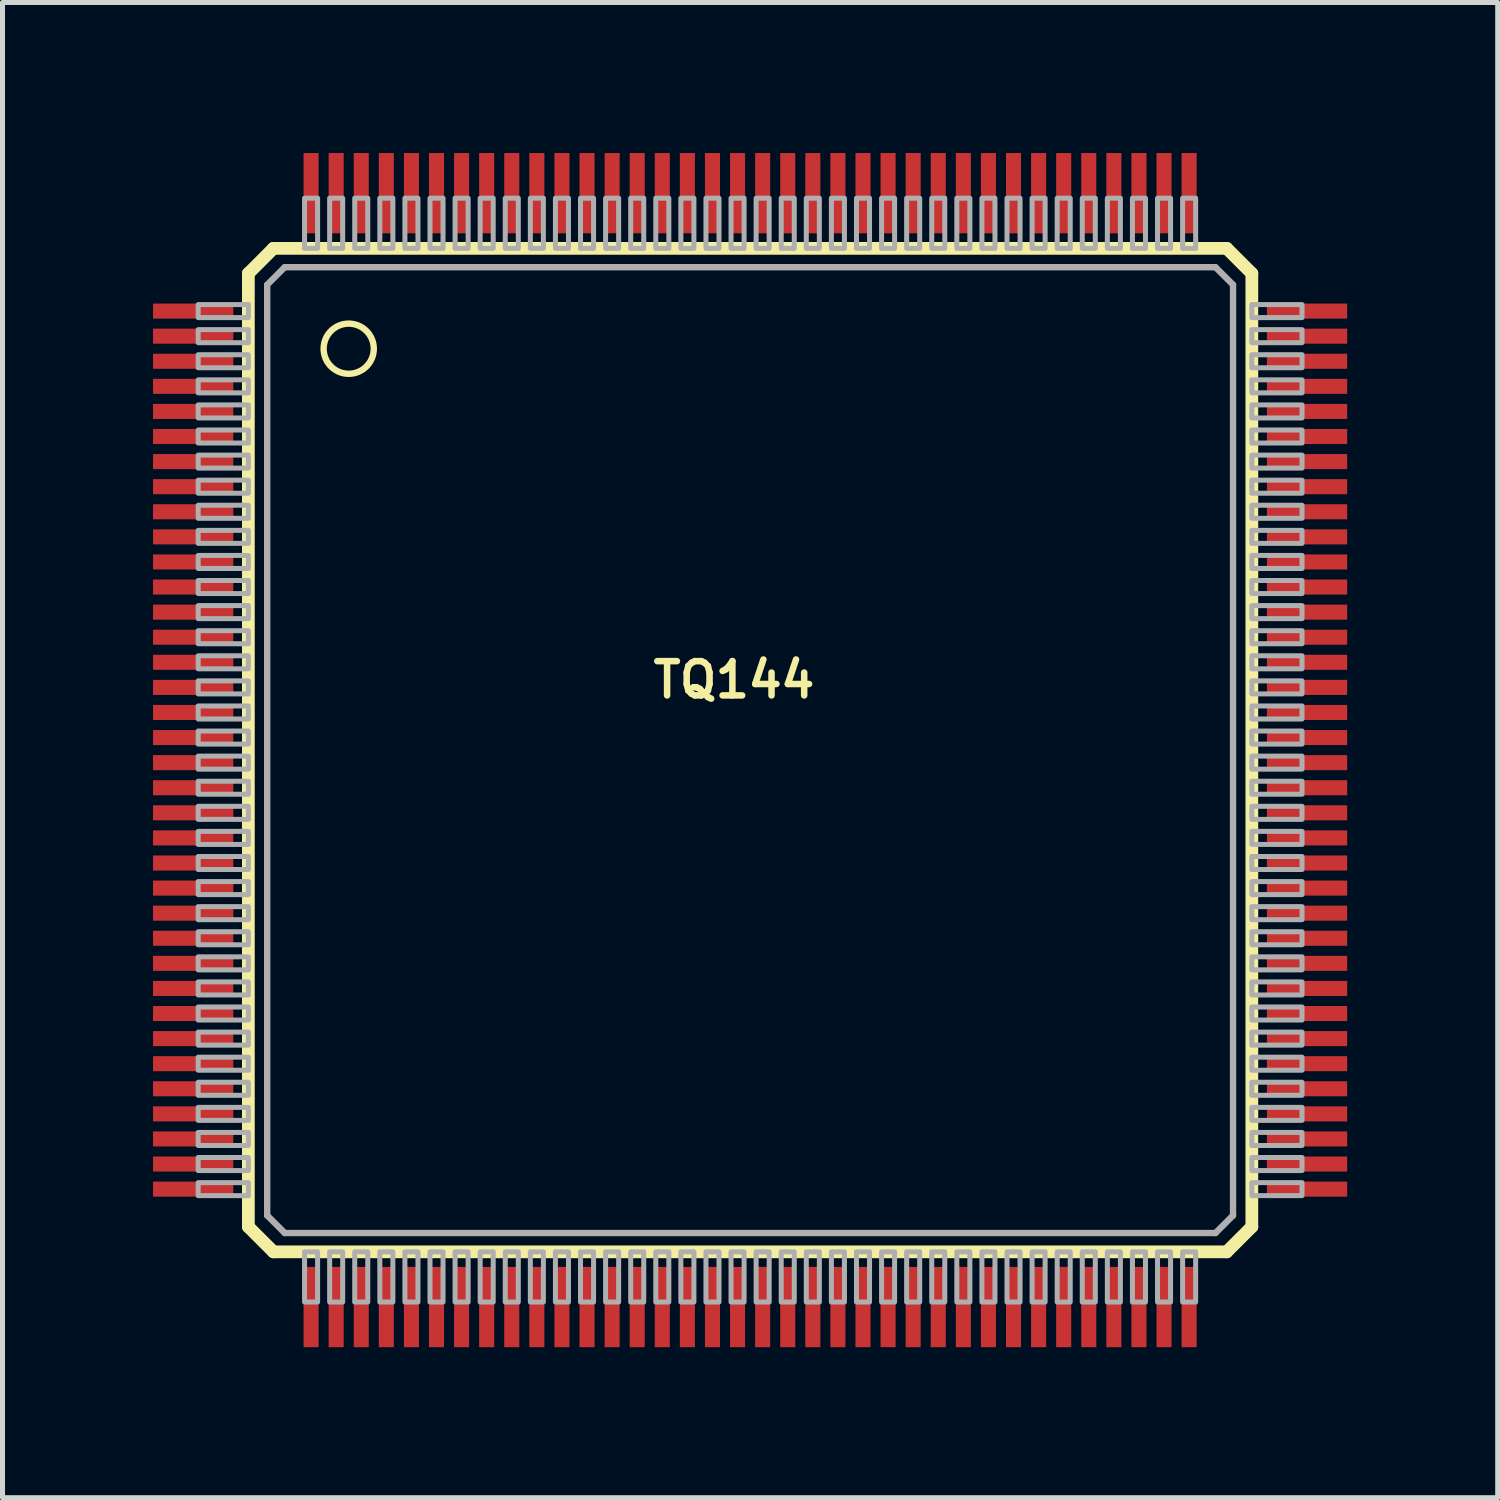
<source format=kicad_pcb>
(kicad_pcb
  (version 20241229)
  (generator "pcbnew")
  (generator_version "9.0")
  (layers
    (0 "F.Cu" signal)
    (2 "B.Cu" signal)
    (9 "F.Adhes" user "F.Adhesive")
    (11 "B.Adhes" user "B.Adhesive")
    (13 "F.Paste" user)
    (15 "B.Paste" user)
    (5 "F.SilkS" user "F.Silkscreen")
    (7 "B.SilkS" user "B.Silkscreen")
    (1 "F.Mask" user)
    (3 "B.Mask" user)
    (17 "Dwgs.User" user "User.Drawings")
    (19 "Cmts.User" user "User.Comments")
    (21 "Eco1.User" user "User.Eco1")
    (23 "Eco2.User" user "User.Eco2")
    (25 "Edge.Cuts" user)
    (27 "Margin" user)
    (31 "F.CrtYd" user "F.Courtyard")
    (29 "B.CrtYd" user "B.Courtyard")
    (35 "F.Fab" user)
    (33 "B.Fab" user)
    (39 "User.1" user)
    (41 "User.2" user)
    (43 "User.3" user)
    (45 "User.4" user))
  (footprint "TQ144"
    (layer "F.Cu")
    (at 11.9 11.9)
    (property "Reference" "TQ144" (at -2 -1 0) (layer "F.SilkS") (effects (font (size 0.683 0.683) (thickness 0.13)) (justify left bottom)))
    (fp_line (start -10 -9.5) (end -10 9.5) (stroke (width 0.254) (type solid)) (layer "F.SilkS"))
    (fp_line (start -10 9.5) (end -9.5 10) (stroke (width 0.254) (type solid)) (layer "F.SilkS"))
    (fp_line (start -9.5 -10) (end -10 -9.5) (stroke (width 0.254) (type solid)) (layer "F.SilkS"))
    (fp_line (start -9.5 10) (end 9.5 10) (stroke (width 0.254) (type solid)) (layer "F.SilkS"))
    (fp_line (start 9.5 -10) (end -9.5 -10) (stroke (width 0.254) (type solid)) (layer "F.SilkS"))
    (fp_line (start 9.5 10) (end 10 9.5) (stroke (width 0.254) (type solid)) (layer "F.SilkS"))
    (fp_line (start 10 -9.5) (end 9.5 -10) (stroke (width 0.254) (type solid)) (layer "F.SilkS"))
    (fp_line (start 10 9.5) (end 10 -9.5) (stroke (width 0.254) (type solid)) (layer "F.SilkS"))
    (fp_circle (center -8 -8) (end -7.5 -8) (stroke (width 0.127) (type solid)) (fill no) (layer "F.SilkS"))
    (fp_line (start -9.625 -9.275) (end -9.625 9.275) (stroke (width 0.127) (type solid)) (layer "F.Fab"))
    (fp_line (start -9.625 9.275) (end -9.275 9.625) (stroke (width 0.127) (type solid)) (layer "F.Fab"))
    (fp_line (start -9.275 -9.625) (end -9.625 -9.275) (stroke (width 0.127) (type solid)) (layer "F.Fab"))
    (fp_line (start -9.275 9.625) (end 9.275 9.625) (stroke (width 0.127) (type solid)) (layer "F.Fab"))
    (fp_line (start 9.275 -9.625) (end -9.275 -9.625) (stroke (width 0.127) (type solid)) (layer "F.Fab"))
    (fp_line (start 9.275 9.625) (end 9.625 9.275) (stroke (width 0.127) (type solid)) (layer "F.Fab"))
    (fp_line (start 9.625 -9.275) (end 9.275 -9.625) (stroke (width 0.127) (type solid)) (layer "F.Fab"))
    (fp_line (start 9.625 9.275) (end 9.625 -9.275) (stroke (width 0.127) (type solid)) (layer "F.Fab"))
    (fp_poly (pts (xy -11 -8.62) (xy -10 -8.62) (xy -10 -8.88) (xy -11 -8.88)) (stroke (width 0.1) (type default)) (fill no) (layer "F.Fab"))
    (fp_poly (pts (xy -11 -8.12) (xy -10 -8.12) (xy -10 -8.38) (xy -11 -8.38)) (stroke (width 0.1) (type default)) (fill no) (layer "F.Fab"))
    (fp_poly (pts (xy -11 -7.62) (xy -10 -7.62) (xy -10 -7.88) (xy -11 -7.88)) (stroke (width 0.1) (type default)) (fill no) (layer "F.Fab"))
    (fp_poly (pts (xy -11 -7.12) (xy -10 -7.12) (xy -10 -7.38) (xy -11 -7.38)) (stroke (width 0.1) (type default)) (fill no) (layer "F.Fab"))
    (fp_poly (pts (xy -11 -6.62) (xy -10 -6.62) (xy -10 -6.88) (xy -11 -6.88)) (stroke (width 0.1) (type default)) (fill no) (layer "F.Fab"))
    (fp_poly (pts (xy -11 -6.12) (xy -10 -6.12) (xy -10 -6.38) (xy -11 -6.38)) (stroke (width 0.1) (type default)) (fill no) (layer "F.Fab"))
    (fp_poly (pts (xy -11 -5.62) (xy -10 -5.62) (xy -10 -5.88) (xy -11 -5.88)) (stroke (width 0.1) (type default)) (fill no) (layer "F.Fab"))
    (fp_poly (pts (xy -11 -5.12) (xy -10 -5.12) (xy -10 -5.38) (xy -11 -5.38)) (stroke (width 0.1) (type default)) (fill no) (layer "F.Fab"))
    (fp_poly (pts (xy -11 -4.62) (xy -10 -4.62) (xy -10 -4.88) (xy -11 -4.88)) (stroke (width 0.1) (type default)) (fill no) (layer "F.Fab"))
    (fp_poly (pts (xy -11 -4.12) (xy -10 -4.12) (xy -10 -4.38) (xy -11 -4.38)) (stroke (width 0.1) (type default)) (fill no) (layer "F.Fab"))
    (fp_poly (pts (xy -11 -3.62) (xy -10 -3.62) (xy -10 -3.88) (xy -11 -3.88)) (stroke (width 0.1) (type default)) (fill no) (layer "F.Fab"))
    (fp_poly (pts (xy -11 -3.12) (xy -10 -3.12) (xy -10 -3.38) (xy -11 -3.38)) (stroke (width 0.1) (type default)) (fill no) (layer "F.Fab"))
    (fp_poly (pts (xy -11 -2.62) (xy -10 -2.62) (xy -10 -2.88) (xy -11 -2.88)) (stroke (width 0.1) (type default)) (fill no) (layer "F.Fab"))
    (fp_poly (pts (xy -11 -2.12) (xy -10 -2.12) (xy -10 -2.38) (xy -11 -2.38)) (stroke (width 0.1) (type default)) (fill no) (layer "F.Fab"))
    (fp_poly (pts (xy -11 -1.62) (xy -10 -1.62) (xy -10 -1.88) (xy -11 -1.88)) (stroke (width 0.1) (type default)) (fill no) (layer "F.Fab"))
    (fp_poly (pts (xy -11 -1.12) (xy -10 -1.12) (xy -10 -1.38) (xy -11 -1.38)) (stroke (width 0.1) (type default)) (fill no) (layer "F.Fab"))
    (fp_poly (pts (xy -11 -0.62) (xy -10 -0.62) (xy -10 -0.88) (xy -11 -0.88)) (stroke (width 0.1) (type default)) (fill no) (layer "F.Fab"))
    (fp_poly (pts (xy -11 -0.12) (xy -10 -0.12) (xy -10 -0.38) (xy -11 -0.38)) (stroke (width 0.1) (type default)) (fill no) (layer "F.Fab"))
    (fp_poly (pts (xy -11 0.38) (xy -10 0.38) (xy -10 0.12) (xy -11 0.12)) (stroke (width 0.1) (type default)) (fill no) (layer "F.Fab"))
    (fp_poly (pts (xy -11 0.88) (xy -10 0.88) (xy -10 0.62) (xy -11 0.62)) (stroke (width 0.1) (type default)) (fill no) (layer "F.Fab"))
    (fp_poly (pts (xy -11 1.38) (xy -10 1.38) (xy -10 1.12) (xy -11 1.12)) (stroke (width 0.1) (type default)) (fill no) (layer "F.Fab"))
    (fp_poly (pts (xy -11 1.88) (xy -10 1.88) (xy -10 1.62) (xy -11 1.62)) (stroke (width 0.1) (type default)) (fill no) (layer "F.Fab"))
    (fp_poly (pts (xy -11 2.38) (xy -10 2.38) (xy -10 2.12) (xy -11 2.12)) (stroke (width 0.1) (type default)) (fill no) (layer "F.Fab"))
    (fp_poly (pts (xy -11 2.88) (xy -10 2.88) (xy -10 2.62) (xy -11 2.62)) (stroke (width 0.1) (type default)) (fill no) (layer "F.Fab"))
    (fp_poly (pts (xy -11 3.38) (xy -10 3.38) (xy -10 3.12) (xy -11 3.12)) (stroke (width 0.1) (type default)) (fill no) (layer "F.Fab"))
    (fp_poly (pts (xy -11 3.88) (xy -10 3.88) (xy -10 3.62) (xy -11 3.62)) (stroke (width 0.1) (type default)) (fill no) (layer "F.Fab"))
    (fp_poly (pts (xy -11 4.38) (xy -10 4.38) (xy -10 4.12) (xy -11 4.12)) (stroke (width 0.1) (type default)) (fill no) (layer "F.Fab"))
    (fp_poly (pts (xy -11 4.88) (xy -10 4.88) (xy -10 4.62) (xy -11 4.62)) (stroke (width 0.1) (type default)) (fill no) (layer "F.Fab"))
    (fp_poly (pts (xy -11 5.38) (xy -10 5.38) (xy -10 5.12) (xy -11 5.12)) (stroke (width 0.1) (type default)) (fill no) (layer "F.Fab"))
    (fp_poly (pts (xy -11 5.88) (xy -10 5.88) (xy -10 5.62) (xy -11 5.62)) (stroke (width 0.1) (type default)) (fill no) (layer "F.Fab"))
    (fp_poly (pts (xy -11 6.38) (xy -10 6.38) (xy -10 6.12) (xy -11 6.12)) (stroke (width 0.1) (type default)) (fill no) (layer "F.Fab"))
    (fp_poly (pts (xy -11 6.88) (xy -10 6.88) (xy -10 6.62) (xy -11 6.62)) (stroke (width 0.1) (type default)) (fill no) (layer "F.Fab"))
    (fp_poly (pts (xy -11 7.38) (xy -10 7.38) (xy -10 7.12) (xy -11 7.12)) (stroke (width 0.1) (type default)) (fill no) (layer "F.Fab"))
    (fp_poly (pts (xy -11 7.88) (xy -10 7.88) (xy -10 7.62) (xy -11 7.62)) (stroke (width 0.1) (type default)) (fill no) (layer "F.Fab"))
    (fp_poly (pts (xy -11 8.38) (xy -10 8.38) (xy -10 8.12) (xy -11 8.12)) (stroke (width 0.1) (type default)) (fill no) (layer "F.Fab"))
    (fp_poly (pts (xy -11 8.88) (xy -10 8.88) (xy -10 8.62) (xy -11 8.62)) (stroke (width 0.1) (type default)) (fill no) (layer "F.Fab"))
    (fp_poly (pts (xy -8.88 -10) (xy -8.62 -10) (xy -8.62 -11) (xy -8.88 -11)) (stroke (width 0.1) (type default)) (fill no) (layer "F.Fab"))
    (fp_poly (pts (xy -8.88 11) (xy -8.62 11) (xy -8.62 10) (xy -8.88 10)) (stroke (width 0.1) (type default)) (fill no) (layer "F.Fab"))
    (fp_poly (pts (xy -8.38 -10) (xy -8.12 -10) (xy -8.12 -11) (xy -8.38 -11)) (stroke (width 0.1) (type default)) (fill no) (layer "F.Fab"))
    (fp_poly (pts (xy -8.38 11) (xy -8.12 11) (xy -8.12 10) (xy -8.38 10)) (stroke (width 0.1) (type default)) (fill no) (layer "F.Fab"))
    (fp_poly (pts (xy -7.88 -10) (xy -7.62 -10) (xy -7.62 -11) (xy -7.88 -11)) (stroke (width 0.1) (type default)) (fill no) (layer "F.Fab"))
    (fp_poly (pts (xy -7.88 11) (xy -7.62 11) (xy -7.62 10) (xy -7.88 10)) (stroke (width 0.1) (type default)) (fill no) (layer "F.Fab"))
    (fp_poly (pts (xy -7.38 -10) (xy -7.12 -10) (xy -7.12 -11) (xy -7.38 -11)) (stroke (width 0.1) (type default)) (fill no) (layer "F.Fab"))
    (fp_poly (pts (xy -7.38 11) (xy -7.12 11) (xy -7.12 10) (xy -7.38 10)) (stroke (width 0.1) (type default)) (fill no) (layer "F.Fab"))
    (fp_poly (pts (xy -6.88 -10) (xy -6.62 -10) (xy -6.62 -11) (xy -6.88 -11)) (stroke (width 0.1) (type default)) (fill no) (layer "F.Fab"))
    (fp_poly (pts (xy -6.88 11) (xy -6.62 11) (xy -6.62 10) (xy -6.88 10)) (stroke (width 0.1) (type default)) (fill no) (layer "F.Fab"))
    (fp_poly (pts (xy -6.38 -10) (xy -6.12 -10) (xy -6.12 -11) (xy -6.38 -11)) (stroke (width 0.1) (type default)) (fill no) (layer "F.Fab"))
    (fp_poly (pts (xy -6.38 11) (xy -6.12 11) (xy -6.12 10) (xy -6.38 10)) (stroke (width 0.1) (type default)) (fill no) (layer "F.Fab"))
    (fp_poly (pts (xy -5.88 -10) (xy -5.62 -10) (xy -5.62 -11) (xy -5.88 -11)) (stroke (width 0.1) (type default)) (fill no) (layer "F.Fab"))
    (fp_poly (pts (xy -5.88 11) (xy -5.62 11) (xy -5.62 10) (xy -5.88 10)) (stroke (width 0.1) (type default)) (fill no) (layer "F.Fab"))
    (fp_poly (pts (xy -5.38 -10) (xy -5.12 -10) (xy -5.12 -11) (xy -5.38 -11)) (stroke (width 0.1) (type default)) (fill no) (layer "F.Fab"))
    (fp_poly (pts (xy -5.38 11) (xy -5.12 11) (xy -5.12 10) (xy -5.38 10)) (stroke (width 0.1) (type default)) (fill no) (layer "F.Fab"))
    (fp_poly (pts (xy -4.88 -10) (xy -4.62 -10) (xy -4.62 -11) (xy -4.88 -11)) (stroke (width 0.1) (type default)) (fill no) (layer "F.Fab"))
    (fp_poly (pts (xy -4.88 11) (xy -4.62 11) (xy -4.62 10) (xy -4.88 10)) (stroke (width 0.1) (type default)) (fill no) (layer "F.Fab"))
    (fp_poly (pts (xy -4.38 -10) (xy -4.12 -10) (xy -4.12 -11) (xy -4.38 -11)) (stroke (width 0.1) (type default)) (fill no) (layer "F.Fab"))
    (fp_poly (pts (xy -4.38 11) (xy -4.12 11) (xy -4.12 10) (xy -4.38 10)) (stroke (width 0.1) (type default)) (fill no) (layer "F.Fab"))
    (fp_poly (pts (xy -3.88 -10) (xy -3.62 -10) (xy -3.62 -11) (xy -3.88 -11)) (stroke (width 0.1) (type default)) (fill no) (layer "F.Fab"))
    (fp_poly (pts (xy -3.88 11) (xy -3.62 11) (xy -3.62 10) (xy -3.88 10)) (stroke (width 0.1) (type default)) (fill no) (layer "F.Fab"))
    (fp_poly (pts (xy -3.38 -10) (xy -3.12 -10) (xy -3.12 -11) (xy -3.38 -11)) (stroke (width 0.1) (type default)) (fill no) (layer "F.Fab"))
    (fp_poly (pts (xy -3.38 11) (xy -3.12 11) (xy -3.12 10) (xy -3.38 10)) (stroke (width 0.1) (type default)) (fill no) (layer "F.Fab"))
    (fp_poly (pts (xy -2.88 -10) (xy -2.62 -10) (xy -2.62 -11) (xy -2.88 -11)) (stroke (width 0.1) (type default)) (fill no) (layer "F.Fab"))
    (fp_poly (pts (xy -2.88 11) (xy -2.62 11) (xy -2.62 10) (xy -2.88 10)) (stroke (width 0.1) (type default)) (fill no) (layer "F.Fab"))
    (fp_poly (pts (xy -2.38 -10) (xy -2.12 -10) (xy -2.12 -11) (xy -2.38 -11)) (stroke (width 0.1) (type default)) (fill no) (layer "F.Fab"))
    (fp_poly (pts (xy -2.38 11) (xy -2.12 11) (xy -2.12 10) (xy -2.38 10)) (stroke (width 0.1) (type default)) (fill no) (layer "F.Fab"))
    (fp_poly (pts (xy -1.88 -10) (xy -1.62 -10) (xy -1.62 -11) (xy -1.88 -11)) (stroke (width 0.1) (type default)) (fill no) (layer "F.Fab"))
    (fp_poly (pts (xy -1.88 11) (xy -1.62 11) (xy -1.62 10) (xy -1.88 10)) (stroke (width 0.1) (type default)) (fill no) (layer "F.Fab"))
    (fp_poly (pts (xy -1.38 -10) (xy -1.12 -10) (xy -1.12 -11) (xy -1.38 -11)) (stroke (width 0.1) (type default)) (fill no) (layer "F.Fab"))
    (fp_poly (pts (xy -1.38 11) (xy -1.12 11) (xy -1.12 10) (xy -1.38 10)) (stroke (width 0.1) (type default)) (fill no) (layer "F.Fab"))
    (fp_poly (pts (xy -0.88 -10) (xy -0.62 -10) (xy -0.62 -11) (xy -0.88 -11)) (stroke (width 0.1) (type default)) (fill no) (layer "F.Fab"))
    (fp_poly (pts (xy -0.88 11) (xy -0.62 11) (xy -0.62 10) (xy -0.88 10)) (stroke (width 0.1) (type default)) (fill no) (layer "F.Fab"))
    (fp_poly (pts (xy -0.38 -10) (xy -0.12 -10) (xy -0.12 -11) (xy -0.38 -11)) (stroke (width 0.1) (type default)) (fill no) (layer "F.Fab"))
    (fp_poly (pts (xy -0.38 11) (xy -0.12 11) (xy -0.12 10) (xy -0.38 10)) (stroke (width 0.1) (type default)) (fill no) (layer "F.Fab"))
    (fp_poly (pts (xy 0.12 -10) (xy 0.38 -10) (xy 0.38 -11) (xy 0.12 -11)) (stroke (width 0.1) (type default)) (fill no) (layer "F.Fab"))
    (fp_poly (pts (xy 0.12 11) (xy 0.38 11) (xy 0.38 10) (xy 0.12 10)) (stroke (width 0.1) (type default)) (fill no) (layer "F.Fab"))
    (fp_poly (pts (xy 0.62 -10) (xy 0.88 -10) (xy 0.88 -11) (xy 0.62 -11)) (stroke (width 0.1) (type default)) (fill no) (layer "F.Fab"))
    (fp_poly (pts (xy 0.62 11) (xy 0.88 11) (xy 0.88 10) (xy 0.62 10)) (stroke (width 0.1) (type default)) (fill no) (layer "F.Fab"))
    (fp_poly (pts (xy 1.12 -10) (xy 1.38 -10) (xy 1.38 -11) (xy 1.12 -11)) (stroke (width 0.1) (type default)) (fill no) (layer "F.Fab"))
    (fp_poly (pts (xy 1.12 11) (xy 1.38 11) (xy 1.38 10) (xy 1.12 10)) (stroke (width 0.1) (type default)) (fill no) (layer "F.Fab"))
    (fp_poly (pts (xy 1.62 -10) (xy 1.88 -10) (xy 1.88 -11) (xy 1.62 -11)) (stroke (width 0.1) (type default)) (fill no) (layer "F.Fab"))
    (fp_poly (pts (xy 1.62 11) (xy 1.88 11) (xy 1.88 10) (xy 1.62 10)) (stroke (width 0.1) (type default)) (fill no) (layer "F.Fab"))
    (fp_poly (pts (xy 2.12 -10) (xy 2.38 -10) (xy 2.38 -11) (xy 2.12 -11)) (stroke (width 0.1) (type default)) (fill no) (layer "F.Fab"))
    (fp_poly (pts (xy 2.12 11) (xy 2.38 11) (xy 2.38 10) (xy 2.12 10)) (stroke (width 0.1) (type default)) (fill no) (layer "F.Fab"))
    (fp_poly (pts (xy 2.62 -10) (xy 2.88 -10) (xy 2.88 -11) (xy 2.62 -11)) (stroke (width 0.1) (type default)) (fill no) (layer "F.Fab"))
    (fp_poly (pts (xy 2.62 11) (xy 2.88 11) (xy 2.88 10) (xy 2.62 10)) (stroke (width 0.1) (type default)) (fill no) (layer "F.Fab"))
    (fp_poly (pts (xy 3.12 -10) (xy 3.38 -10) (xy 3.38 -11) (xy 3.12 -11)) (stroke (width 0.1) (type default)) (fill no) (layer "F.Fab"))
    (fp_poly (pts (xy 3.12 11) (xy 3.38 11) (xy 3.38 10) (xy 3.12 10)) (stroke (width 0.1) (type default)) (fill no) (layer "F.Fab"))
    (fp_poly (pts (xy 3.62 -10) (xy 3.88 -10) (xy 3.88 -11) (xy 3.62 -11)) (stroke (width 0.1) (type default)) (fill no) (layer "F.Fab"))
    (fp_poly (pts (xy 3.62 11) (xy 3.88 11) (xy 3.88 10) (xy 3.62 10)) (stroke (width 0.1) (type default)) (fill no) (layer "F.Fab"))
    (fp_poly (pts (xy 4.12 -10) (xy 4.38 -10) (xy 4.38 -11) (xy 4.12 -11)) (stroke (width 0.1) (type default)) (fill no) (layer "F.Fab"))
    (fp_poly (pts (xy 4.12 11) (xy 4.38 11) (xy 4.38 10) (xy 4.12 10)) (stroke (width 0.1) (type default)) (fill no) (layer "F.Fab"))
    (fp_poly (pts (xy 4.62 -10) (xy 4.88 -10) (xy 4.88 -11) (xy 4.62 -11)) (stroke (width 0.1) (type default)) (fill no) (layer "F.Fab"))
    (fp_poly (pts (xy 4.62 11) (xy 4.88 11) (xy 4.88 10) (xy 4.62 10)) (stroke (width 0.1) (type default)) (fill no) (layer "F.Fab"))
    (fp_poly (pts (xy 5.12 -10) (xy 5.38 -10) (xy 5.38 -11) (xy 5.12 -11)) (stroke (width 0.1) (type default)) (fill no) (layer "F.Fab"))
    (fp_poly (pts (xy 5.12 11) (xy 5.38 11) (xy 5.38 10) (xy 5.12 10)) (stroke (width 0.1) (type default)) (fill no) (layer "F.Fab"))
    (fp_poly (pts (xy 5.62 -10) (xy 5.88 -10) (xy 5.88 -11) (xy 5.62 -11)) (stroke (width 0.1) (type default)) (fill no) (layer "F.Fab"))
    (fp_poly (pts (xy 5.62 11) (xy 5.88 11) (xy 5.88 10) (xy 5.62 10)) (stroke (width 0.1) (type default)) (fill no) (layer "F.Fab"))
    (fp_poly (pts (xy 6.12 -10) (xy 6.38 -10) (xy 6.38 -11) (xy 6.12 -11)) (stroke (width 0.1) (type default)) (fill no) (layer "F.Fab"))
    (fp_poly (pts (xy 6.12 11) (xy 6.38 11) (xy 6.38 10) (xy 6.12 10)) (stroke (width 0.1) (type default)) (fill no) (layer "F.Fab"))
    (fp_poly (pts (xy 6.62 -10) (xy 6.88 -10) (xy 6.88 -11) (xy 6.62 -11)) (stroke (width 0.1) (type default)) (fill no) (layer "F.Fab"))
    (fp_poly (pts (xy 6.62 11) (xy 6.88 11) (xy 6.88 10) (xy 6.62 10)) (stroke (width 0.1) (type default)) (fill no) (layer "F.Fab"))
    (fp_poly (pts (xy 7.12 -10) (xy 7.38 -10) (xy 7.38 -11) (xy 7.12 -11)) (stroke (width 0.1) (type default)) (fill no) (layer "F.Fab"))
    (fp_poly (pts (xy 7.12 11) (xy 7.38 11) (xy 7.38 10) (xy 7.12 10)) (stroke (width 0.1) (type default)) (fill no) (layer "F.Fab"))
    (fp_poly (pts (xy 7.62 -10) (xy 7.88 -10) (xy 7.88 -11) (xy 7.62 -11)) (stroke (width 0.1) (type default)) (fill no) (layer "F.Fab"))
    (fp_poly (pts (xy 7.62 11) (xy 7.88 11) (xy 7.88 10) (xy 7.62 10)) (stroke (width 0.1) (type default)) (fill no) (layer "F.Fab"))
    (fp_poly (pts (xy 8.12 -10) (xy 8.38 -10) (xy 8.38 -11) (xy 8.12 -11)) (stroke (width 0.1) (type default)) (fill no) (layer "F.Fab"))
    (fp_poly (pts (xy 8.12 11) (xy 8.38 11) (xy 8.38 10) (xy 8.12 10)) (stroke (width 0.1) (type default)) (fill no) (layer "F.Fab"))
    (fp_poly (pts (xy 8.62 -10) (xy 8.88 -10) (xy 8.88 -11) (xy 8.62 -11)) (stroke (width 0.1) (type default)) (fill no) (layer "F.Fab"))
    (fp_poly (pts (xy 8.62 11) (xy 8.88 11) (xy 8.88 10) (xy 8.62 10)) (stroke (width 0.1) (type default)) (fill no) (layer "F.Fab"))
    (fp_poly (pts (xy 10 -8.62) (xy 11 -8.62) (xy 11 -8.88) (xy 10 -8.88)) (stroke (width 0.1) (type default)) (fill no) (layer "F.Fab"))
    (fp_poly (pts (xy 10 -8.12) (xy 11 -8.12) (xy 11 -8.38) (xy 10 -8.38)) (stroke (width 0.1) (type default)) (fill no) (layer "F.Fab"))
    (fp_poly (pts (xy 10 -7.62) (xy 11 -7.62) (xy 11 -7.88) (xy 10 -7.88)) (stroke (width 0.1) (type default)) (fill no) (layer "F.Fab"))
    (fp_poly (pts (xy 10 -7.12) (xy 11 -7.12) (xy 11 -7.38) (xy 10 -7.38)) (stroke (width 0.1) (type default)) (fill no) (layer "F.Fab"))
    (fp_poly (pts (xy 10 -6.62) (xy 11 -6.62) (xy 11 -6.88) (xy 10 -6.88)) (stroke (width 0.1) (type default)) (fill no) (layer "F.Fab"))
    (fp_poly (pts (xy 10 -6.12) (xy 11 -6.12) (xy 11 -6.38) (xy 10 -6.38)) (stroke (width 0.1) (type default)) (fill no) (layer "F.Fab"))
    (fp_poly (pts (xy 10 -5.62) (xy 11 -5.62) (xy 11 -5.88) (xy 10 -5.88)) (stroke (width 0.1) (type default)) (fill no) (layer "F.Fab"))
    (fp_poly (pts (xy 10 -5.12) (xy 11 -5.12) (xy 11 -5.38) (xy 10 -5.38)) (stroke (width 0.1) (type default)) (fill no) (layer "F.Fab"))
    (fp_poly (pts (xy 10 -4.62) (xy 11 -4.62) (xy 11 -4.88) (xy 10 -4.88)) (stroke (width 0.1) (type default)) (fill no) (layer "F.Fab"))
    (fp_poly (pts (xy 10 -4.12) (xy 11 -4.12) (xy 11 -4.38) (xy 10 -4.38)) (stroke (width 0.1) (type default)) (fill no) (layer "F.Fab"))
    (fp_poly (pts (xy 10 -3.62) (xy 11 -3.62) (xy 11 -3.88) (xy 10 -3.88)) (stroke (width 0.1) (type default)) (fill no) (layer "F.Fab"))
    (fp_poly (pts (xy 10 -3.12) (xy 11 -3.12) (xy 11 -3.38) (xy 10 -3.38)) (stroke (width 0.1) (type default)) (fill no) (layer "F.Fab"))
    (fp_poly (pts (xy 10 -2.62) (xy 11 -2.62) (xy 11 -2.88) (xy 10 -2.88)) (stroke (width 0.1) (type default)) (fill no) (layer "F.Fab"))
    (fp_poly (pts (xy 10 -2.12) (xy 11 -2.12) (xy 11 -2.38) (xy 10 -2.38)) (stroke (width 0.1) (type default)) (fill no) (layer "F.Fab"))
    (fp_poly (pts (xy 10 -1.62) (xy 11 -1.62) (xy 11 -1.88) (xy 10 -1.88)) (stroke (width 0.1) (type default)) (fill no) (layer "F.Fab"))
    (fp_poly (pts (xy 10 -1.12) (xy 11 -1.12) (xy 11 -1.38) (xy 10 -1.38)) (stroke (width 0.1) (type default)) (fill no) (layer "F.Fab"))
    (fp_poly (pts (xy 10 -0.62) (xy 11 -0.62) (xy 11 -0.88) (xy 10 -0.88)) (stroke (width 0.1) (type default)) (fill no) (layer "F.Fab"))
    (fp_poly (pts (xy 10 -0.12) (xy 11 -0.12) (xy 11 -0.38) (xy 10 -0.38)) (stroke (width 0.1) (type default)) (fill no) (layer "F.Fab"))
    (fp_poly (pts (xy 10 0.38) (xy 11 0.38) (xy 11 0.12) (xy 10 0.12)) (stroke (width 0.1) (type default)) (fill no) (layer "F.Fab"))
    (fp_poly (pts (xy 10 0.88) (xy 11 0.88) (xy 11 0.62) (xy 10 0.62)) (stroke (width 0.1) (type default)) (fill no) (layer "F.Fab"))
    (fp_poly (pts (xy 10 1.38) (xy 11 1.38) (xy 11 1.12) (xy 10 1.12)) (stroke (width 0.1) (type default)) (fill no) (layer "F.Fab"))
    (fp_poly (pts (xy 10 1.88) (xy 11 1.88) (xy 11 1.62) (xy 10 1.62)) (stroke (width 0.1) (type default)) (fill no) (layer "F.Fab"))
    (fp_poly (pts (xy 10 2.38) (xy 11 2.38) (xy 11 2.12) (xy 10 2.12)) (stroke (width 0.1) (type default)) (fill no) (layer "F.Fab"))
    (fp_poly (pts (xy 10 2.88) (xy 11 2.88) (xy 11 2.62) (xy 10 2.62)) (stroke (width 0.1) (type default)) (fill no) (layer "F.Fab"))
    (fp_poly (pts (xy 10 3.38) (xy 11 3.38) (xy 11 3.12) (xy 10 3.12)) (stroke (width 0.1) (type default)) (fill no) (layer "F.Fab"))
    (fp_poly (pts (xy 10 3.88) (xy 11 3.88) (xy 11 3.62) (xy 10 3.62)) (stroke (width 0.1) (type default)) (fill no) (layer "F.Fab"))
    (fp_poly (pts (xy 10 4.38) (xy 11 4.38) (xy 11 4.12) (xy 10 4.12)) (stroke (width 0.1) (type default)) (fill no) (layer "F.Fab"))
    (fp_poly (pts (xy 10 4.88) (xy 11 4.88) (xy 11 4.62) (xy 10 4.62)) (stroke (width 0.1) (type default)) (fill no) (layer "F.Fab"))
    (fp_poly (pts (xy 10 5.38) (xy 11 5.38) (xy 11 5.12) (xy 10 5.12)) (stroke (width 0.1) (type default)) (fill no) (layer "F.Fab"))
    (fp_poly (pts (xy 10 5.88) (xy 11 5.88) (xy 11 5.62) (xy 10 5.62)) (stroke (width 0.1) (type default)) (fill no) (layer "F.Fab"))
    (fp_poly (pts (xy 10 6.38) (xy 11 6.38) (xy 11 6.12) (xy 10 6.12)) (stroke (width 0.1) (type default)) (fill no) (layer "F.Fab"))
    (fp_poly (pts (xy 10 6.88) (xy 11 6.88) (xy 11 6.62) (xy 10 6.62)) (stroke (width 0.1) (type default)) (fill no) (layer "F.Fab"))
    (fp_poly (pts (xy 10 7.38) (xy 11 7.38) (xy 11 7.12) (xy 10 7.12)) (stroke (width 0.1) (type default)) (fill no) (layer "F.Fab"))
    (fp_poly (pts (xy 10 7.88) (xy 11 7.88) (xy 11 7.62) (xy 10 7.62)) (stroke (width 0.1) (type default)) (fill no) (layer "F.Fab"))
    (fp_poly (pts (xy 10 8.38) (xy 11 8.38) (xy 11 8.12) (xy 10 8.12)) (stroke (width 0.1) (type default)) (fill no) (layer "F.Fab"))
    (fp_poly (pts (xy 10 8.88) (xy 11 8.88) (xy 11 8.62) (xy 10 8.62)) (stroke (width 0.1) (type default)) (fill no) (layer "F.Fab"))
    (pad "1" smd rect (at -11.1 -8.75) (size 1.6 0.3) (layers "F.Cu" "F.Mask" "F.Paste"))
    (pad "2" smd rect (at -11.1 -8.25) (size 1.6 0.3) (layers "F.Cu" "F.Mask" "F.Paste"))
    (pad "3" smd rect (at -11.1 -7.75) (size 1.6 0.3) (layers "F.Cu" "F.Mask" "F.Paste"))
    (pad "4" smd rect (at -11.1 -7.25) (size 1.6 0.3) (layers "F.Cu" "F.Mask" "F.Paste"))
    (pad "5" smd rect (at -11.1 -6.75) (size 1.6 0.3) (layers "F.Cu" "F.Mask" "F.Paste"))
    (pad "6" smd rect (at -11.1 -6.25) (size 1.6 0.3) (layers "F.Cu" "F.Mask" "F.Paste"))
    (pad "7" smd rect (at -11.1 -5.75) (size 1.6 0.3) (layers "F.Cu" "F.Mask" "F.Paste"))
    (pad "8" smd rect (at -11.1 -5.25) (size 1.6 0.3) (layers "F.Cu" "F.Mask" "F.Paste"))
    (pad "9" smd rect (at -11.1 -4.75) (size 1.6 0.3) (layers "F.Cu" "F.Mask" "F.Paste"))
    (pad "10" smd rect (at -11.1 -4.25) (size 1.6 0.3) (layers "F.Cu" "F.Mask" "F.Paste"))
    (pad "11" smd rect (at -11.1 -3.75) (size 1.6 0.3) (layers "F.Cu" "F.Mask" "F.Paste"))
    (pad "12" smd rect (at -11.1 -3.25) (size 1.6 0.3) (layers "F.Cu" "F.Mask" "F.Paste"))
    (pad "13" smd rect (at -11.1 -2.75) (size 1.6 0.3) (layers "F.Cu" "F.Mask" "F.Paste"))
    (pad "14" smd rect (at -11.1 -2.25) (size 1.6 0.3) (layers "F.Cu" "F.Mask" "F.Paste"))
    (pad "15" smd rect (at -11.1 -1.75) (size 1.6 0.3) (layers "F.Cu" "F.Mask" "F.Paste"))
    (pad "16" smd rect (at -11.1 -1.25) (size 1.6 0.3) (layers "F.Cu" "F.Mask" "F.Paste"))
    (pad "17" smd rect (at -11.1 -0.75) (size 1.6 0.3) (layers "F.Cu" "F.Mask" "F.Paste"))
    (pad "18" smd rect (at -11.1 -0.25) (size 1.6 0.3) (layers "F.Cu" "F.Mask" "F.Paste"))
    (pad "19" smd rect (at -11.1 0.25) (size 1.6 0.3) (layers "F.Cu" "F.Mask" "F.Paste"))
    (pad "20" smd rect (at -11.1 0.75) (size 1.6 0.3) (layers "F.Cu" "F.Mask" "F.Paste"))
    (pad "21" smd rect (at -11.1 1.25) (size 1.6 0.3) (layers "F.Cu" "F.Mask" "F.Paste"))
    (pad "22" smd rect (at -11.1 1.75) (size 1.6 0.3) (layers "F.Cu" "F.Mask" "F.Paste"))
    (pad "23" smd rect (at -11.1 2.25) (size 1.6 0.3) (layers "F.Cu" "F.Mask" "F.Paste"))
    (pad "24" smd rect (at -11.1 2.75) (size 1.6 0.3) (layers "F.Cu" "F.Mask" "F.Paste"))
    (pad "25" smd rect (at -11.1 3.25) (size 1.6 0.3) (layers "F.Cu" "F.Mask" "F.Paste"))
    (pad "26" smd rect (at -11.1 3.75) (size 1.6 0.3) (layers "F.Cu" "F.Mask" "F.Paste"))
    (pad "27" smd rect (at -11.1 4.25) (size 1.6 0.3) (layers "F.Cu" "F.Mask" "F.Paste"))
    (pad "28" smd rect (at -11.1 4.75) (size 1.6 0.3) (layers "F.Cu" "F.Mask" "F.Paste"))
    (pad "29" smd rect (at -11.1 5.25) (size 1.6 0.3) (layers "F.Cu" "F.Mask" "F.Paste"))
    (pad "30" smd rect (at -11.1 5.75) (size 1.6 0.3) (layers "F.Cu" "F.Mask" "F.Paste"))
    (pad "31" smd rect (at -11.1 6.25) (size 1.6 0.3) (layers "F.Cu" "F.Mask" "F.Paste"))
    (pad "32" smd rect (at -11.1 6.75) (size 1.6 0.3) (layers "F.Cu" "F.Mask" "F.Paste"))
    (pad "33" smd rect (at -11.1 7.25) (size 1.6 0.3) (layers "F.Cu" "F.Mask" "F.Paste"))
    (pad "34" smd rect (at -11.1 7.75) (size 1.6 0.3) (layers "F.Cu" "F.Mask" "F.Paste"))
    (pad "35" smd rect (at -11.1 8.25) (size 1.6 0.3) (layers "F.Cu" "F.Mask" "F.Paste"))
    (pad "36" smd rect (at -11.1 8.75) (size 1.6 0.3) (layers "F.Cu" "F.Mask" "F.Paste"))
    (pad "37" smd rect (at -8.75 11.1 90) (size 1.6 0.3) (layers "F.Cu" "F.Mask" "F.Paste"))
    (pad "38" smd rect (at -8.25 11.1 90) (size 1.6 0.3) (layers "F.Cu" "F.Mask" "F.Paste"))
    (pad "39" smd rect (at -7.75 11.1 90) (size 1.6 0.3) (layers "F.Cu" "F.Mask" "F.Paste"))
    (pad "40" smd rect (at -7.25 11.1 90) (size 1.6 0.3) (layers "F.Cu" "F.Mask" "F.Paste"))
    (pad "41" smd rect (at -6.75 11.1 90) (size 1.6 0.3) (layers "F.Cu" "F.Mask" "F.Paste"))
    (pad "42" smd rect (at -6.25 11.1 90) (size 1.6 0.3) (layers "F.Cu" "F.Mask" "F.Paste"))
    (pad "43" smd rect (at -5.75 11.1 90) (size 1.6 0.3) (layers "F.Cu" "F.Mask" "F.Paste"))
    (pad "44" smd rect (at -5.25 11.1 90) (size 1.6 0.3) (layers "F.Cu" "F.Mask" "F.Paste"))
    (pad "45" smd rect (at -4.75 11.1 90) (size 1.6 0.3) (layers "F.Cu" "F.Mask" "F.Paste"))
    (pad "46" smd rect (at -4.25 11.1 90) (size 1.6 0.3) (layers "F.Cu" "F.Mask" "F.Paste"))
    (pad "47" smd rect (at -3.75 11.1 90) (size 1.6 0.3) (layers "F.Cu" "F.Mask" "F.Paste"))
    (pad "48" smd rect (at -3.25 11.1 90) (size 1.6 0.3) (layers "F.Cu" "F.Mask" "F.Paste"))
    (pad "49" smd rect (at -2.75 11.1 90) (size 1.6 0.3) (layers "F.Cu" "F.Mask" "F.Paste"))
    (pad "50" smd rect (at -2.25 11.1 90) (size 1.6 0.3) (layers "F.Cu" "F.Mask" "F.Paste"))
    (pad "51" smd rect (at -1.75 11.1 90) (size 1.6 0.3) (layers "F.Cu" "F.Mask" "F.Paste"))
    (pad "52" smd rect (at -1.25 11.1 90) (size 1.6 0.3) (layers "F.Cu" "F.Mask" "F.Paste"))
    (pad "53" smd rect (at -0.75 11.1 90) (size 1.6 0.3) (layers "F.Cu" "F.Mask" "F.Paste"))
    (pad "54" smd rect (at -0.25 11.1 90) (size 1.6 0.3) (layers "F.Cu" "F.Mask" "F.Paste"))
    (pad "55" smd rect (at 0.25 11.1 90) (size 1.6 0.3) (layers "F.Cu" "F.Mask" "F.Paste"))
    (pad "56" smd rect (at 0.75 11.1 90) (size 1.6 0.3) (layers "F.Cu" "F.Mask" "F.Paste"))
    (pad "57" smd rect (at 1.25 11.1 90) (size 1.6 0.3) (layers "F.Cu" "F.Mask" "F.Paste"))
    (pad "58" smd rect (at 1.75 11.1 90) (size 1.6 0.3) (layers "F.Cu" "F.Mask" "F.Paste"))
    (pad "59" smd rect (at 2.25 11.1 90) (size 1.6 0.3) (layers "F.Cu" "F.Mask" "F.Paste"))
    (pad "60" smd rect (at 2.75 11.1 90) (size 1.6 0.3) (layers "F.Cu" "F.Mask" "F.Paste"))
    (pad "61" smd rect (at 3.25 11.1 90) (size 1.6 0.3) (layers "F.Cu" "F.Mask" "F.Paste"))
    (pad "62" smd rect (at 3.75 11.1 90) (size 1.6 0.3) (layers "F.Cu" "F.Mask" "F.Paste"))
    (pad "63" smd rect (at 4.25 11.1 90) (size 1.6 0.3) (layers "F.Cu" "F.Mask" "F.Paste"))
    (pad "64" smd rect (at 4.75 11.1 90) (size 1.6 0.3) (layers "F.Cu" "F.Mask" "F.Paste"))
    (pad "65" smd rect (at 5.25 11.1 90) (size 1.6 0.3) (layers "F.Cu" "F.Mask" "F.Paste"))
    (pad "66" smd rect (at 5.75 11.1 90) (size 1.6 0.3) (layers "F.Cu" "F.Mask" "F.Paste"))
    (pad "67" smd rect (at 6.25 11.1 90) (size 1.6 0.3) (layers "F.Cu" "F.Mask" "F.Paste"))
    (pad "68" smd rect (at 6.75 11.1 90) (size 1.6 0.3) (layers "F.Cu" "F.Mask" "F.Paste"))
    (pad "69" smd rect (at 7.25 11.1 90) (size 1.6 0.3) (layers "F.Cu" "F.Mask" "F.Paste"))
    (pad "70" smd rect (at 7.75 11.1 90) (size 1.6 0.3) (layers "F.Cu" "F.Mask" "F.Paste"))
    (pad "71" smd rect (at 8.25 11.1 90) (size 1.6 0.3) (layers "F.Cu" "F.Mask" "F.Paste"))
    (pad "72" smd rect (at 8.75 11.1 90) (size 1.6 0.3) (layers "F.Cu" "F.Mask" "F.Paste"))
    (pad "73" smd rect (at 11.1 8.75) (size 1.6 0.3) (layers "F.Cu" "F.Mask" "F.Paste"))
    (pad "74" smd rect (at 11.1 8.25) (size 1.6 0.3) (layers "F.Cu" "F.Mask" "F.Paste"))
    (pad "75" smd rect (at 11.1 7.75) (size 1.6 0.3) (layers "F.Cu" "F.Mask" "F.Paste"))
    (pad "76" smd rect (at 11.1 7.25) (size 1.6 0.3) (layers "F.Cu" "F.Mask" "F.Paste"))
    (pad "77" smd rect (at 11.1 6.75) (size 1.6 0.3) (layers "F.Cu" "F.Mask" "F.Paste"))
    (pad "78" smd rect (at 11.1 6.25) (size 1.6 0.3) (layers "F.Cu" "F.Mask" "F.Paste"))
    (pad "79" smd rect (at 11.1 5.75) (size 1.6 0.3) (layers "F.Cu" "F.Mask" "F.Paste"))
    (pad "80" smd rect (at 11.1 5.25) (size 1.6 0.3) (layers "F.Cu" "F.Mask" "F.Paste"))
    (pad "81" smd rect (at 11.1 4.75) (size 1.6 0.3) (layers "F.Cu" "F.Mask" "F.Paste"))
    (pad "82" smd rect (at 11.1 4.25) (size 1.6 0.3) (layers "F.Cu" "F.Mask" "F.Paste"))
    (pad "83" smd rect (at 11.1 3.75) (size 1.6 0.3) (layers "F.Cu" "F.Mask" "F.Paste"))
    (pad "84" smd rect (at 11.1 3.25) (size 1.6 0.3) (layers "F.Cu" "F.Mask" "F.Paste"))
    (pad "85" smd rect (at 11.1 2.75) (size 1.6 0.3) (layers "F.Cu" "F.Mask" "F.Paste"))
    (pad "86" smd rect (at 11.1 2.25) (size 1.6 0.3) (layers "F.Cu" "F.Mask" "F.Paste"))
    (pad "87" smd rect (at 11.1 1.75) (size 1.6 0.3) (layers "F.Cu" "F.Mask" "F.Paste"))
    (pad "88" smd rect (at 11.1 1.25) (size 1.6 0.3) (layers "F.Cu" "F.Mask" "F.Paste"))
    (pad "89" smd rect (at 11.1 0.75) (size 1.6 0.3) (layers "F.Cu" "F.Mask" "F.Paste"))
    (pad "90" smd rect (at 11.1 0.25) (size 1.6 0.3) (layers "F.Cu" "F.Mask" "F.Paste"))
    (pad "91" smd rect (at 11.1 -0.25) (size 1.6 0.3) (layers "F.Cu" "F.Mask" "F.Paste"))
    (pad "92" smd rect (at 11.1 -0.75) (size 1.6 0.3) (layers "F.Cu" "F.Mask" "F.Paste"))
    (pad "93" smd rect (at 11.1 -1.25) (size 1.6 0.3) (layers "F.Cu" "F.Mask" "F.Paste"))
    (pad "94" smd rect (at 11.1 -1.75) (size 1.6 0.3) (layers "F.Cu" "F.Mask" "F.Paste"))
    (pad "95" smd rect (at 11.1 -2.25) (size 1.6 0.3) (layers "F.Cu" "F.Mask" "F.Paste"))
    (pad "96" smd rect (at 11.1 -2.75) (size 1.6 0.3) (layers "F.Cu" "F.Mask" "F.Paste"))
    (pad "97" smd rect (at 11.1 -3.25) (size 1.6 0.3) (layers "F.Cu" "F.Mask" "F.Paste"))
    (pad "98" smd rect (at 11.1 -3.75) (size 1.6 0.3) (layers "F.Cu" "F.Mask" "F.Paste"))
    (pad "99" smd rect (at 11.1 -4.25) (size 1.6 0.3) (layers "F.Cu" "F.Mask" "F.Paste"))
    (pad "100" smd rect (at 11.1 -4.75) (size 1.6 0.3) (layers "F.Cu" "F.Mask" "F.Paste"))
    (pad "101" smd rect (at 11.1 -5.25) (size 1.6 0.3) (layers "F.Cu" "F.Mask" "F.Paste"))
    (pad "102" smd rect (at 11.1 -5.75) (size 1.6 0.3) (layers "F.Cu" "F.Mask" "F.Paste"))
    (pad "103" smd rect (at 11.1 -6.25) (size 1.6 0.3) (layers "F.Cu" "F.Mask" "F.Paste"))
    (pad "104" smd rect (at 11.1 -6.75) (size 1.6 0.3) (layers "F.Cu" "F.Mask" "F.Paste"))
    (pad "105" smd rect (at 11.1 -7.25) (size 1.6 0.3) (layers "F.Cu" "F.Mask" "F.Paste"))
    (pad "106" smd rect (at 11.1 -7.75) (size 1.6 0.3) (layers "F.Cu" "F.Mask" "F.Paste"))
    (pad "107" smd rect (at 11.1 -8.25) (size 1.6 0.3) (layers "F.Cu" "F.Mask" "F.Paste"))
    (pad "108" smd rect (at 11.1 -8.75) (size 1.6 0.3) (layers "F.Cu" "F.Mask" "F.Paste"))
    (pad "109" smd rect (at 8.75 -11.1 90) (size 1.6 0.3) (layers "F.Cu" "F.Mask" "F.Paste"))
    (pad "110" smd rect (at 8.25 -11.1 90) (size 1.6 0.3) (layers "F.Cu" "F.Mask" "F.Paste"))
    (pad "111" smd rect (at 7.75 -11.1 90) (size 1.6 0.3) (layers "F.Cu" "F.Mask" "F.Paste"))
    (pad "112" smd rect (at 7.25 -11.1 90) (size 1.6 0.3) (layers "F.Cu" "F.Mask" "F.Paste"))
    (pad "113" smd rect (at 6.75 -11.1 90) (size 1.6 0.3) (layers "F.Cu" "F.Mask" "F.Paste"))
    (pad "114" smd rect (at 6.25 -11.1 90) (size 1.6 0.3) (layers "F.Cu" "F.Mask" "F.Paste"))
    (pad "115" smd rect (at 5.75 -11.1 90) (size 1.6 0.3) (layers "F.Cu" "F.Mask" "F.Paste"))
    (pad "116" smd rect (at 5.25 -11.1 90) (size 1.6 0.3) (layers "F.Cu" "F.Mask" "F.Paste"))
    (pad "117" smd rect (at 4.75 -11.1 90) (size 1.6 0.3) (layers "F.Cu" "F.Mask" "F.Paste"))
    (pad "118" smd rect (at 4.25 -11.1 90) (size 1.6 0.3) (layers "F.Cu" "F.Mask" "F.Paste"))
    (pad "119" smd rect (at 3.75 -11.1 90) (size 1.6 0.3) (layers "F.Cu" "F.Mask" "F.Paste"))
    (pad "120" smd rect (at 3.25 -11.1 90) (size 1.6 0.3) (layers "F.Cu" "F.Mask" "F.Paste"))
    (pad "121" smd rect (at 2.75 -11.1 90) (size 1.6 0.3) (layers "F.Cu" "F.Mask" "F.Paste"))
    (pad "122" smd rect (at 2.25 -11.1 90) (size 1.6 0.3) (layers "F.Cu" "F.Mask" "F.Paste"))
    (pad "123" smd rect (at 1.75 -11.1 90) (size 1.6 0.3) (layers "F.Cu" "F.Mask" "F.Paste"))
    (pad "124" smd rect (at 1.25 -11.1 90) (size 1.6 0.3) (layers "F.Cu" "F.Mask" "F.Paste"))
    (pad "125" smd rect (at 0.75 -11.1 90) (size 1.6 0.3) (layers "F.Cu" "F.Mask" "F.Paste"))
    (pad "126" smd rect (at 0.25 -11.1 90) (size 1.6 0.3) (layers "F.Cu" "F.Mask" "F.Paste"))
    (pad "127" smd rect (at -0.25 -11.1 90) (size 1.6 0.3) (layers "F.Cu" "F.Mask" "F.Paste"))
    (pad "128" smd rect (at -0.75 -11.1 90) (size 1.6 0.3) (layers "F.Cu" "F.Mask" "F.Paste"))
    (pad "129" smd rect (at -1.25 -11.1 90) (size 1.6 0.3) (layers "F.Cu" "F.Mask" "F.Paste"))
    (pad "130" smd rect (at -1.75 -11.1 90) (size 1.6 0.3) (layers "F.Cu" "F.Mask" "F.Paste"))
    (pad "131" smd rect (at -2.25 -11.1 90) (size 1.6 0.3) (layers "F.Cu" "F.Mask" "F.Paste"))
    (pad "132" smd rect (at -2.75 -11.1 90) (size 1.6 0.3) (layers "F.Cu" "F.Mask" "F.Paste"))
    (pad "133" smd rect (at -3.25 -11.1 90) (size 1.6 0.3) (layers "F.Cu" "F.Mask" "F.Paste"))
    (pad "134" smd rect (at -3.75 -11.1 90) (size 1.6 0.3) (layers "F.Cu" "F.Mask" "F.Paste"))
    (pad "135" smd rect (at -4.25 -11.1 90) (size 1.6 0.3) (layers "F.Cu" "F.Mask" "F.Paste"))
    (pad "136" smd rect (at -4.75 -11.1 90) (size 1.6 0.3) (layers "F.Cu" "F.Mask" "F.Paste"))
    (pad "137" smd rect (at -5.25 -11.1 90) (size 1.6 0.3) (layers "F.Cu" "F.Mask" "F.Paste"))
    (pad "138" smd rect (at -5.75 -11.1 90) (size 1.6 0.3) (layers "F.Cu" "F.Mask" "F.Paste"))
    (pad "139" smd rect (at -6.25 -11.1 90) (size 1.6 0.3) (layers "F.Cu" "F.Mask" "F.Paste"))
    (pad "140" smd rect (at -6.75 -11.1 90) (size 1.6 0.3) (layers "F.Cu" "F.Mask" "F.Paste"))
    (pad "141" smd rect (at -7.25 -11.1 90) (size 1.6 0.3) (layers "F.Cu" "F.Mask" "F.Paste"))
    (pad "142" smd rect (at -7.75 -11.1 90) (size 1.6 0.3) (layers "F.Cu" "F.Mask" "F.Paste"))
    (pad "143" smd rect (at -8.25 -11.1 90) (size 1.6 0.3) (layers "F.Cu" "F.Mask" "F.Paste"))
    (pad "144" smd rect (at -8.75 -11.1 90) (size 1.6 0.3) (layers "F.Cu" "F.Mask" "F.Paste")))
  (gr_rect
    (start -3 -3)
    (end 26.8 26.8)
    (stroke (width 0.1) (type default))
    (fill no)
    (layer "Edge.Cuts")))
</source>
